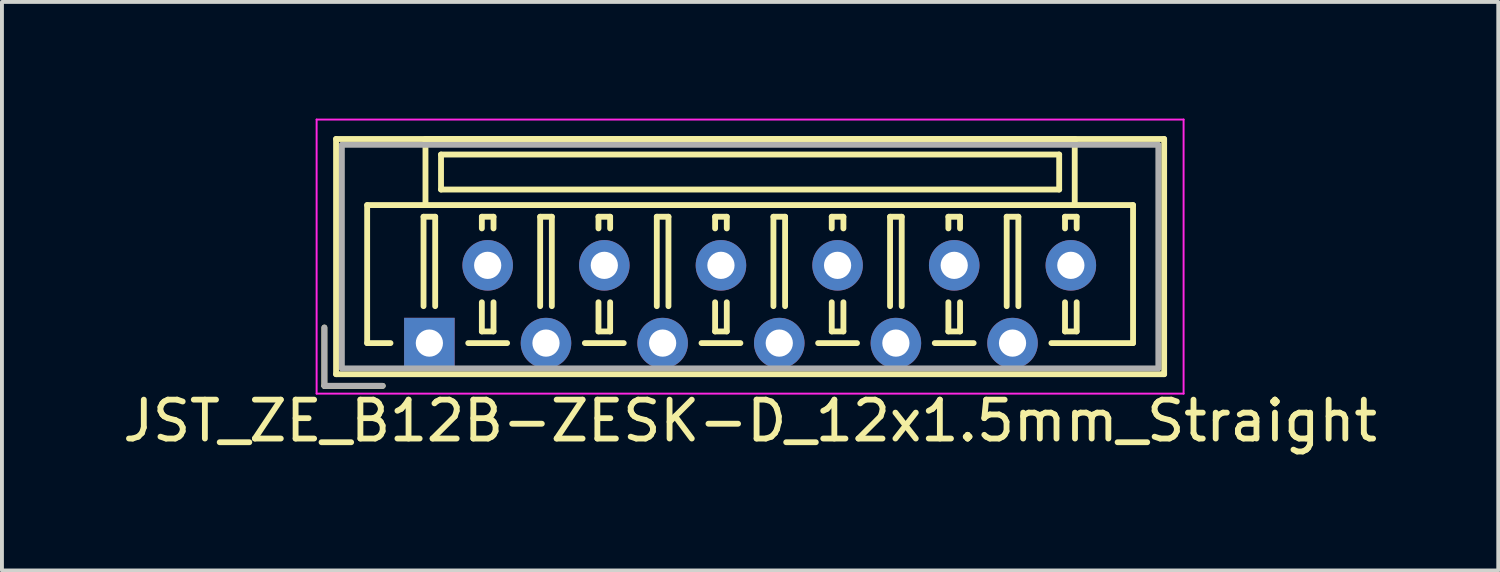
<source format=kicad_pcb>
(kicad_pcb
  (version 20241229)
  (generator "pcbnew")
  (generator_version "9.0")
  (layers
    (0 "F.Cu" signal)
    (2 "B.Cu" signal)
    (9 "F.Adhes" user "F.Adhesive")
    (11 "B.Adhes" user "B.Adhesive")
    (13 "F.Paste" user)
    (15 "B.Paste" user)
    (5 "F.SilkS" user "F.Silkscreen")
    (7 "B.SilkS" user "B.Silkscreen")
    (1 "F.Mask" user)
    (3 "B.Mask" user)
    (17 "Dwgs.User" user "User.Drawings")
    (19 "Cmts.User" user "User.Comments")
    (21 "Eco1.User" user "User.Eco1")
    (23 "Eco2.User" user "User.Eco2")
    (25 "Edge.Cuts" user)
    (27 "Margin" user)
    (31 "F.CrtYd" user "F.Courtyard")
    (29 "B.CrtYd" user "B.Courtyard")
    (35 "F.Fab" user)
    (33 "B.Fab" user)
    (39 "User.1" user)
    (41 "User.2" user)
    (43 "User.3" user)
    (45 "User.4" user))
  (footprint "JST_ZE_B12B-ZESK-D_12x1.5mm_Straight"
    (layer "F.Cu")
    (at 7.994 5.775)
    (property "Reference" "JST_ZE_B12B-ZESK-D_12x1.5mm_Straight" (at 8.25 2 0) (layer "F.SilkS") (effects (font (size 1 1) (thickness 0.15))))
    (attr through_hole)
    (fp_line (start -2.7 -0.4) (end -2.7 1.1) (stroke (width 0.15) (type solid)) (layer "F.SilkS"))
    (fp_line (start -2.7 1.1) (end -1.2 1.1) (stroke (width 0.15) (type solid)) (layer "F.SilkS"))
    (fp_line (start -2.4 -5.25) (end -2.4 0.8) (stroke (width 0.15) (type solid)) (layer "F.SilkS"))
    (fp_line (start -2.4 0.8) (end 18.9 0.8) (stroke (width 0.15) (type solid)) (layer "F.SilkS"))
    (fp_line (start -1.6 -3.55) (end -1.6 0) (stroke (width 0.15) (type solid)) (layer "F.SilkS"))
    (fp_line (start -1.6 0) (end -1 0) (stroke (width 0.15) (type solid)) (layer "F.SilkS"))
    (fp_line (start -0.15 -3.25) (end 0.15 -3.25) (stroke (width 0.15) (type solid)) (layer "F.SilkS"))
    (fp_line (start -0.15 -0.95) (end -0.15 -3.25) (stroke (width 0.15) (type solid)) (layer "F.SilkS"))
    (fp_line (start -0.1 -5.25) (end -0.1 -3.55) (stroke (width 0.15) (type solid)) (layer "F.SilkS"))
    (fp_line (start -0.1 -3.55) (end -1.6 -3.55) (stroke (width 0.15) (type solid)) (layer "F.SilkS"))
    (fp_line (start -0.1 -3.55) (end 16.6 -3.55) (stroke (width 0.15) (type solid)) (layer "F.SilkS"))
    (fp_line (start 0.15 -3.25) (end 0.15 -0.95) (stroke (width 0.15) (type solid)) (layer "F.SilkS"))
    (fp_line (start 0.3 -4.85) (end 0.3 -3.95) (stroke (width 0.15) (type solid)) (layer "F.SilkS"))
    (fp_line (start 0.3 -3.95) (end 16.2 -3.95) (stroke (width 0.15) (type solid)) (layer "F.SilkS"))
    (fp_line (start 1 0) (end 2 0) (stroke (width 0.15) (type solid)) (layer "F.SilkS"))
    (fp_line (start 1.35 -3.25) (end 1.65 -3.25) (stroke (width 0.15) (type solid)) (layer "F.SilkS"))
    (fp_line (start 1.35 -2.95) (end 1.35 -3.25) (stroke (width 0.15) (type solid)) (layer "F.SilkS"))
    (fp_line (start 1.35 -1.05) (end 1.35 -0.3) (stroke (width 0.15) (type solid)) (layer "F.SilkS"))
    (fp_line (start 1.35 -0.3) (end 1.65 -0.3) (stroke (width 0.15) (type solid)) (layer "F.SilkS"))
    (fp_line (start 1.65 -3.25) (end 1.65 -2.95) (stroke (width 0.15) (type solid)) (layer "F.SilkS"))
    (fp_line (start 1.65 -0.3) (end 1.65 -1.05) (stroke (width 0.15) (type solid)) (layer "F.SilkS"))
    (fp_line (start 2.85 -3.25) (end 3.15 -3.25) (stroke (width 0.15) (type solid)) (layer "F.SilkS"))
    (fp_line (start 2.85 -0.95) (end 2.85 -3.25) (stroke (width 0.15) (type solid)) (layer "F.SilkS"))
    (fp_line (start 3.15 -3.25) (end 3.15 -0.95) (stroke (width 0.15) (type solid)) (layer "F.SilkS"))
    (fp_line (start 4 0) (end 5 0) (stroke (width 0.15) (type solid)) (layer "F.SilkS"))
    (fp_line (start 4.35 -3.25) (end 4.65 -3.25) (stroke (width 0.15) (type solid)) (layer "F.SilkS"))
    (fp_line (start 4.35 -2.95) (end 4.35 -3.25) (stroke (width 0.15) (type solid)) (layer "F.SilkS"))
    (fp_line (start 4.35 -1.05) (end 4.35 -0.3) (stroke (width 0.15) (type solid)) (layer "F.SilkS"))
    (fp_line (start 4.35 -0.3) (end 4.65 -0.3) (stroke (width 0.15) (type solid)) (layer "F.SilkS"))
    (fp_line (start 4.65 -3.25) (end 4.65 -2.95) (stroke (width 0.15) (type solid)) (layer "F.SilkS"))
    (fp_line (start 4.65 -0.3) (end 4.65 -1.05) (stroke (width 0.15) (type solid)) (layer "F.SilkS"))
    (fp_line (start 5.85 -3.25) (end 6.15 -3.25) (stroke (width 0.15) (type solid)) (layer "F.SilkS"))
    (fp_line (start 5.85 -0.95) (end 5.85 -3.25) (stroke (width 0.15) (type solid)) (layer "F.SilkS"))
    (fp_line (start 6.15 -3.25) (end 6.15 -0.95) (stroke (width 0.15) (type solid)) (layer "F.SilkS"))
    (fp_line (start 7 0) (end 8 0) (stroke (width 0.15) (type solid)) (layer "F.SilkS"))
    (fp_line (start 7.35 -3.25) (end 7.65 -3.25) (stroke (width 0.15) (type solid)) (layer "F.SilkS"))
    (fp_line (start 7.35 -2.95) (end 7.35 -3.25) (stroke (width 0.15) (type solid)) (layer "F.SilkS"))
    (fp_line (start 7.35 -1.05) (end 7.35 -0.3) (stroke (width 0.15) (type solid)) (layer "F.SilkS"))
    (fp_line (start 7.35 -0.3) (end 7.65 -0.3) (stroke (width 0.15) (type solid)) (layer "F.SilkS"))
    (fp_line (start 7.65 -3.25) (end 7.65 -2.95) (stroke (width 0.15) (type solid)) (layer "F.SilkS"))
    (fp_line (start 7.65 -0.3) (end 7.65 -1.05) (stroke (width 0.15) (type solid)) (layer "F.SilkS"))
    (fp_line (start 8.85 -3.25) (end 9.15 -3.25) (stroke (width 0.15) (type solid)) (layer "F.SilkS"))
    (fp_line (start 8.85 -0.95) (end 8.85 -3.25) (stroke (width 0.15) (type solid)) (layer "F.SilkS"))
    (fp_line (start 9.15 -3.25) (end 9.15 -0.95) (stroke (width 0.15) (type solid)) (layer "F.SilkS"))
    (fp_line (start 10 0) (end 11 0) (stroke (width 0.15) (type solid)) (layer "F.SilkS"))
    (fp_line (start 10.35 -3.25) (end 10.65 -3.25) (stroke (width 0.15) (type solid)) (layer "F.SilkS"))
    (fp_line (start 10.35 -2.95) (end 10.35 -3.25) (stroke (width 0.15) (type solid)) (layer "F.SilkS"))
    (fp_line (start 10.35 -1.05) (end 10.35 -0.3) (stroke (width 0.15) (type solid)) (layer "F.SilkS"))
    (fp_line (start 10.35 -0.3) (end 10.65 -0.3) (stroke (width 0.15) (type solid)) (layer "F.SilkS"))
    (fp_line (start 10.65 -3.25) (end 10.65 -2.95) (stroke (width 0.15) (type solid)) (layer "F.SilkS"))
    (fp_line (start 10.65 -0.3) (end 10.65 -1.05) (stroke (width 0.15) (type solid)) (layer "F.SilkS"))
    (fp_line (start 11.85 -3.25) (end 12.15 -3.25) (stroke (width 0.15) (type solid)) (layer "F.SilkS"))
    (fp_line (start 11.85 -0.95) (end 11.85 -3.25) (stroke (width 0.15) (type solid)) (layer "F.SilkS"))
    (fp_line (start 12.15 -3.25) (end 12.15 -0.95) (stroke (width 0.15) (type solid)) (layer "F.SilkS"))
    (fp_line (start 13 0) (end 14 0) (stroke (width 0.15) (type solid)) (layer "F.SilkS"))
    (fp_line (start 13.35 -3.25) (end 13.65 -3.25) (stroke (width 0.15) (type solid)) (layer "F.SilkS"))
    (fp_line (start 13.35 -2.95) (end 13.35 -3.25) (stroke (width 0.15) (type solid)) (layer "F.SilkS"))
    (fp_line (start 13.35 -1.05) (end 13.35 -0.3) (stroke (width 0.15) (type solid)) (layer "F.SilkS"))
    (fp_line (start 13.35 -0.3) (end 13.65 -0.3) (stroke (width 0.15) (type solid)) (layer "F.SilkS"))
    (fp_line (start 13.65 -3.25) (end 13.65 -2.95) (stroke (width 0.15) (type solid)) (layer "F.SilkS"))
    (fp_line (start 13.65 -0.3) (end 13.65 -1.05) (stroke (width 0.15) (type solid)) (layer "F.SilkS"))
    (fp_line (start 14.85 -3.25) (end 15.15 -3.25) (stroke (width 0.15) (type solid)) (layer "F.SilkS"))
    (fp_line (start 14.85 -0.95) (end 14.85 -3.25) (stroke (width 0.15) (type solid)) (layer "F.SilkS"))
    (fp_line (start 15.15 -3.25) (end 15.15 -0.95) (stroke (width 0.15) (type solid)) (layer "F.SilkS"))
    (fp_line (start 16.2 -4.85) (end 0.3 -4.85) (stroke (width 0.15) (type solid)) (layer "F.SilkS"))
    (fp_line (start 16.2 -3.95) (end 16.2 -4.85) (stroke (width 0.15) (type solid)) (layer "F.SilkS"))
    (fp_line (start 16.35 -3.25) (end 16.65 -3.25) (stroke (width 0.15) (type solid)) (layer "F.SilkS"))
    (fp_line (start 16.35 -2.95) (end 16.35 -3.25) (stroke (width 0.15) (type solid)) (layer "F.SilkS"))
    (fp_line (start 16.35 -1.05) (end 16.35 -0.3) (stroke (width 0.15) (type solid)) (layer "F.SilkS"))
    (fp_line (start 16.35 -0.3) (end 16.65 -0.3) (stroke (width 0.15) (type solid)) (layer "F.SilkS"))
    (fp_line (start 16.6 -5.25) (end -0.1 -5.25) (stroke (width 0.15) (type solid)) (layer "F.SilkS"))
    (fp_line (start 16.6 -3.55) (end 16.6 -5.25) (stroke (width 0.15) (type solid)) (layer "F.SilkS"))
    (fp_line (start 16.6 -3.55) (end 18.1 -3.55) (stroke (width 0.15) (type solid)) (layer "F.SilkS"))
    (fp_line (start 16.65 -3.25) (end 16.65 -2.95) (stroke (width 0.15) (type solid)) (layer "F.SilkS"))
    (fp_line (start 16.65 -0.3) (end 16.65 -1.05) (stroke (width 0.15) (type solid)) (layer "F.SilkS"))
    (fp_line (start 18.1 -3.55) (end 18.1 0) (stroke (width 0.15) (type solid)) (layer "F.SilkS"))
    (fp_line (start 18.1 0) (end 16 0) (stroke (width 0.15) (type solid)) (layer "F.SilkS"))
    (fp_line (start 18.9 -5.25) (end -2.4 -5.25) (stroke (width 0.15) (type solid)) (layer "F.SilkS"))
    (fp_line (start 18.9 0.8) (end 18.9 -5.25) (stroke (width 0.15) (type solid)) (layer "F.SilkS"))
    (fp_line (start -2.9 -5.75) (end -2.9 1.3) (stroke (width 0.05) (type solid)) (layer "F.CrtYd"))
    (fp_line (start -2.9 1.3) (end 19.4 1.3) (stroke (width 0.05) (type solid)) (layer "F.CrtYd"))
    (fp_line (start 19.4 -5.75) (end -2.9 -5.75) (stroke (width 0.05) (type solid)) (layer "F.CrtYd"))
    (fp_line (start 19.4 1.3) (end 19.4 -5.75) (stroke (width 0.05) (type solid)) (layer "F.CrtYd"))
    (fp_line (start -2.7 -0.4) (end -2.7 1.1) (stroke (width 0.15) (type solid)) (layer "F.Fab"))
    (fp_line (start -2.7 1.1) (end -1.2 1.1) (stroke (width 0.15) (type solid)) (layer "F.Fab"))
    (fp_line (start -2.25 -5.1) (end -2.25 0.65) (stroke (width 0.15) (type solid)) (layer "F.Fab"))
    (fp_line (start -2.25 0.65) (end 18.75 0.65) (stroke (width 0.15) (type solid)) (layer "F.Fab"))
    (fp_line (start 18.75 -5.1) (end -2.25 -5.1) (stroke (width 0.15) (type solid)) (layer "F.Fab"))
    (fp_line (start 18.75 0.65) (end 18.75 -5.1) (stroke (width 0.15) (type solid)) (layer "F.Fab"))
    (pad "1" thru_hole rect (at 0 0) (size 1.3 1.3) (drill 0.7) (layers "*.Cu" "*.Mask"))
    (pad "2" thru_hole circle (at 1.5 -2) (size 1.3 1.3) (drill 0.7) (layers "*.Cu" "*.Mask"))
    (pad "3" thru_hole circle (at 3 0) (size 1.3 1.3) (drill 0.7) (layers "*.Cu" "*.Mask"))
    (pad "4" thru_hole circle (at 4.5 -2) (size 1.3 1.3) (drill 0.7) (layers "*.Cu" "*.Mask"))
    (pad "5" thru_hole circle (at 6 0) (size 1.3 1.3) (drill 0.7) (layers "*.Cu" "*.Mask"))
    (pad "6" thru_hole circle (at 7.5 -2) (size 1.3 1.3) (drill 0.7) (layers "*.Cu" "*.Mask"))
    (pad "7" thru_hole circle (at 9 0) (size 1.3 1.3) (drill 0.7) (layers "*.Cu" "*.Mask"))
    (pad "8" thru_hole circle (at 10.5 -2) (size 1.3 1.3) (drill 0.7) (layers "*.Cu" "*.Mask"))
    (pad "9" thru_hole circle (at 12 0) (size 1.3 1.3) (drill 0.7) (layers "*.Cu" "*.Mask"))
    (pad "10" thru_hole circle (at 13.5 -2) (size 1.3 1.3) (drill 0.7) (layers "*.Cu" "*.Mask"))
    (pad "11" thru_hole circle (at 15 0) (size 1.3 1.3) (drill 0.7) (layers "*.Cu" "*.Mask"))
    (pad "12" thru_hole circle (at 16.5 -2) (size 1.3 1.3) (drill 0.7) (layers "*.Cu" "*.Mask")))
  (gr_rect
    (start -3 -3)
    (end 35.488 11.623)
    (stroke (width 0.1) (type default))
    (fill no)
    (layer "Edge.Cuts")))
</source>
